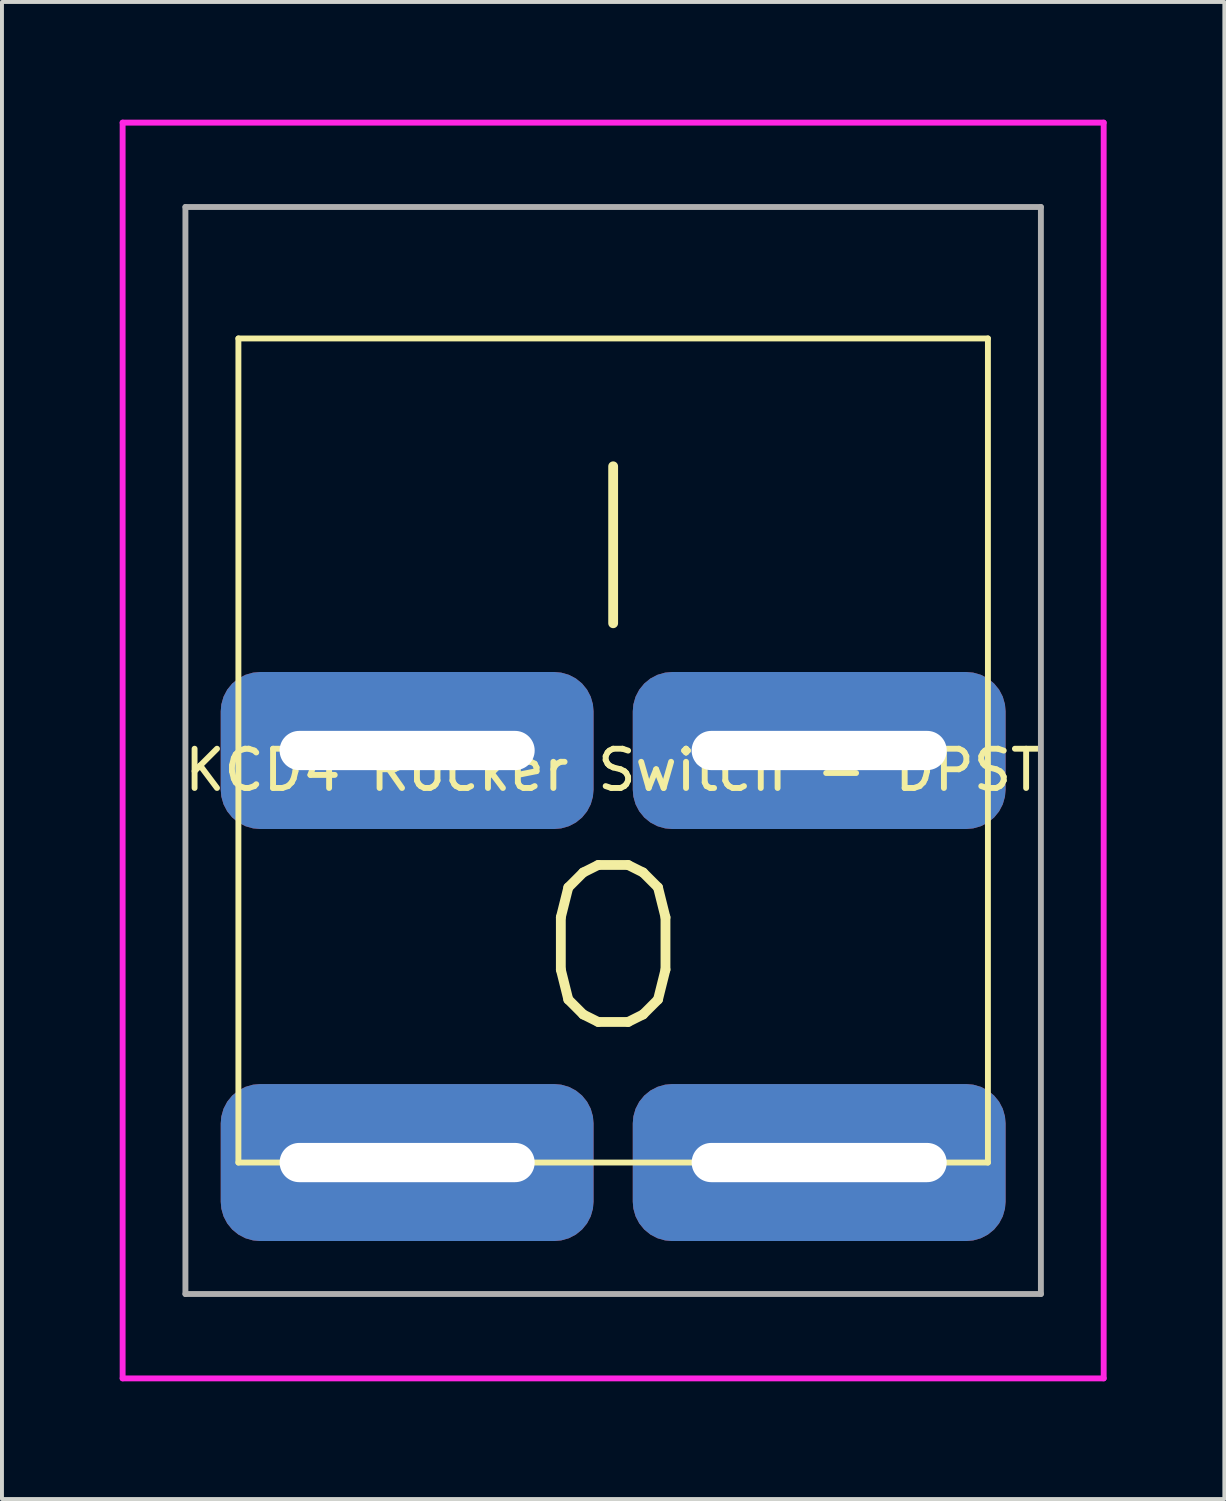
<source format=kicad_pcb>
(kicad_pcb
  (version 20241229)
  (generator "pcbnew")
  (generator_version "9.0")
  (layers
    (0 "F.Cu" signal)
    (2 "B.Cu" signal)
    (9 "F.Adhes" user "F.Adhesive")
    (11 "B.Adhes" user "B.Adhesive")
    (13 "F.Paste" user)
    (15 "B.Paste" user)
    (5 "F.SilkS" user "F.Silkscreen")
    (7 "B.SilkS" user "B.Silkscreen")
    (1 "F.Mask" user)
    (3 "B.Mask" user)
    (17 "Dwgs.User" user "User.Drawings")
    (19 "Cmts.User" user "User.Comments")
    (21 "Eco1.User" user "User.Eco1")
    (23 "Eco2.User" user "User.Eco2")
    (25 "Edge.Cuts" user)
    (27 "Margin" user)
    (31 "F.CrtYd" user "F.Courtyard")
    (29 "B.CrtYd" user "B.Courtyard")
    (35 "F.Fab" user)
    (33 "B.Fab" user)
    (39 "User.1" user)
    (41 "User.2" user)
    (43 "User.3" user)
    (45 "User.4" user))
  (footprint "KCD4 Rocker Switch - DPST"
    (layer "F.Cu")
    (at 12.575 16.075)
    (property "Reference" "KCD4 Rocker Switch - DPST" (at 0 0.5 0) (layer "F.SilkS") (effects (font (size 1 1) (thickness 0.15))))
    (attr through_hole)
    (fp_line (start -9.55 -10.5) (end 9.55 -10.5) (stroke (width 0.15) (type solid)) (layer "F.SilkS"))
    (fp_line (start -9.55 10.5) (end -9.55 -10.5) (stroke (width 0.15) (type solid)) (layer "F.SilkS"))
    (fp_line (start -9.55 10.5) (end 9.55 10.5) (stroke (width 0.15) (type solid)) (layer "F.SilkS"))
    (fp_line (start 9.55 10.5) (end 9.55 -10.5) (stroke (width 0.15) (type solid)) (layer "F.SilkS"))
    (fp_line (start -12.5 -16) (end 12.5 -16) (stroke (width 0.15) (type solid)) (layer "F.CrtYd"))
    (fp_line (start -12.5 16) (end -12.5 -16) (stroke (width 0.15) (type solid)) (layer "F.CrtYd"))
    (fp_line (start -12.5 16) (end 12.5 16) (stroke (width 0.15) (type solid)) (layer "F.CrtYd"))
    (fp_line (start 12.5 16) (end 12.5 -16) (stroke (width 0.15) (type solid)) (layer "F.CrtYd"))
    (fp_line (start -10.9 -13.85) (end 10.9 -13.85) (stroke (width 0.15) (type solid)) (layer "F.Fab"))
    (fp_line (start -10.9 13.85) (end -10.9 -13.85) (stroke (width 0.15) (type solid)) (layer "F.Fab"))
    (fp_line (start -10.9 13.85) (end 10.9 13.85) (stroke (width 0.15) (type solid)) (layer "F.Fab"))
    (fp_line (start 10.9 13.85) (end 10.9 -13.85) (stroke (width 0.15) (type solid)) (layer "F.Fab"))
    (fp_text user "O" (at 0 5.08 0) (layer "F.SilkS") (effects (font (size 4 4) (thickness 0.25))))
    (fp_text user "I" (at 0 -5.08 0) (layer "F.SilkS") (effects (font (size 4 4) (thickness 0.25))))
    (pad "1" thru_hole roundrect (at -5.25 10.5) (size 9.5 4) (drill oval 6.5 1) (layers "*.Cu" "*.Mask") (roundrect_rratio 0.25))
    (pad "2" thru_hole roundrect (at -5.25 0) (size 9.5 4) (drill oval 6.5 1) (layers "*.Cu" "*.Mask") (roundrect_rratio 0.25))
    (pad "3" thru_hole roundrect (at 5.25 10.5) (size 9.5 4) (drill oval 6.5 1) (layers "*.Cu" "*.Mask") (roundrect_rratio 0.25))
    (pad "4" thru_hole roundrect (at 5.25 0) (size 9.5 4) (drill oval 6.5 1) (layers "*.Cu" "*.Mask") (roundrect_rratio 0.25)))
  (gr_rect
    (start -3 -3)
    (end 28.15 35.15)
    (stroke (width 0.1) (type default))
    (fill no)
    (layer "Edge.Cuts")))
</source>
